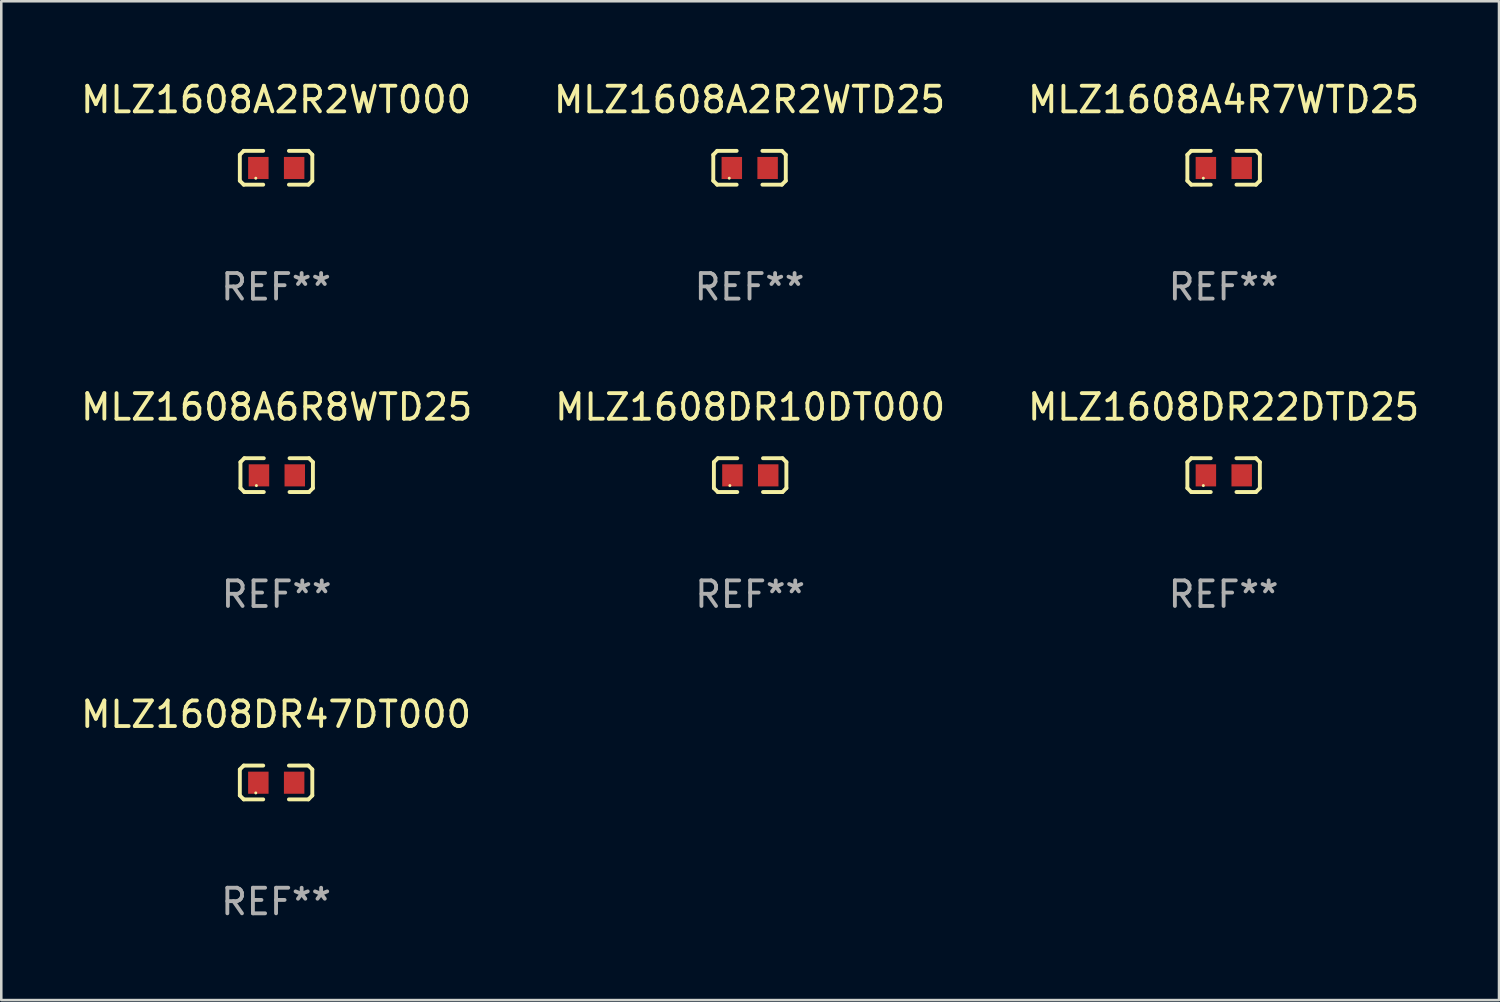
<source format=kicad_pcb>
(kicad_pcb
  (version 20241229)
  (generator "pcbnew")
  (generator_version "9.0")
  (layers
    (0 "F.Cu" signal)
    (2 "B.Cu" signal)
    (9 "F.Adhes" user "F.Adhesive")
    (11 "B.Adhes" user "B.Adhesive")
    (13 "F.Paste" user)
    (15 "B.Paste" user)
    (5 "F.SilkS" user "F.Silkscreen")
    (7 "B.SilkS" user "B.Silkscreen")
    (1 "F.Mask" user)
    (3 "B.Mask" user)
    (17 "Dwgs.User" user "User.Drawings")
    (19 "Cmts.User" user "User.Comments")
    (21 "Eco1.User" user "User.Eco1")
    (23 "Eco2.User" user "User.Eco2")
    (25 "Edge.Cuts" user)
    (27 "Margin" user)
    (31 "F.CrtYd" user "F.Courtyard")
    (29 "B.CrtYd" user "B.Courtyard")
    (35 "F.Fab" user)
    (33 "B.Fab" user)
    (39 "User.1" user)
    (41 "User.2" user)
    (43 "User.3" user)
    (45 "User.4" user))
  (footprint "MLZ1608A2R2WTD25"
    (layer "F.Cu")
    (at 26.256 3.509)
    (property "Reference" "MLZ1608A2R2WTD25" (at 0 -2.661 0) (layer "F.SilkS") (effects (font (size 1 1) (thickness 0.15))))
    (attr through_hole)
    (fp_line (start -1.417 -0.508) (end -1.265 -0.661) (stroke (width 0.152) (type solid)) (layer "F.SilkS"))
    (fp_line (start -1.417 0.508) (end -1.417 -0.508) (stroke (width 0.152) (type solid)) (layer "F.SilkS"))
    (fp_line (start -1.265 -0.661) (end -0.503 -0.661) (stroke (width 0.152) (type solid)) (layer "F.SilkS"))
    (fp_line (start -1.265 0.661) (end -1.417 0.508) (stroke (width 0.152) (type solid)) (layer "F.SilkS"))
    (fp_line (start -1.265 0.661) (end -0.503 0.661) (stroke (width 0.152) (type solid)) (layer "F.SilkS"))
    (fp_line (start 1.265 -0.661) (end 0.503 -0.661) (stroke (width 0.152) (type solid)) (layer "F.SilkS"))
    (fp_line (start 1.265 -0.661) (end 1.417 -0.508) (stroke (width 0.152) (type solid)) (layer "F.SilkS"))
    (fp_line (start 1.265 0.661) (end 0.503 0.661) (stroke (width 0.152) (type solid)) (layer "F.SilkS"))
    (fp_line (start 1.417 -0.508) (end 1.417 0.508) (stroke (width 0.152) (type solid)) (layer "F.SilkS"))
    (fp_line (start 1.417 0.508) (end 1.265 0.661) (stroke (width 0.152) (type solid)) (layer "F.SilkS"))
    (fp_circle (center -0.793 0.409) (end -0.763 0.409) (stroke (width 0.06) (type solid)) (fill no) (layer "F.SilkS"))
    (fp_text user "REF**" (at 0 4.661 0) (layer "F.Fab") (effects (font (size 1 1) (thickness 0.15))))
    (pad "1" smd rect (at -0.693 0.009 180) (size 0.8 0.864) (layers "F.Cu" "F.Mask" "F.Paste"))
    (pad "2" smd rect (at 0.707 0.009 180) (size 0.8 0.864) (layers "F.Cu" "F.Mask" "F.Paste")))
  (footprint "MLZ1608A4R7WTD25"
    (layer "F.Cu")
    (at 44.792 3.509)
    (property "Reference" "MLZ1608A4R7WTD25" (at 0 -2.661 0) (layer "F.SilkS") (effects (font (size 1 1) (thickness 0.15))))
    (attr through_hole)
    (fp_line (start -1.417 -0.508) (end -1.265 -0.661) (stroke (width 0.152) (type solid)) (layer "F.SilkS"))
    (fp_line (start -1.417 0.508) (end -1.417 -0.508) (stroke (width 0.152) (type solid)) (layer "F.SilkS"))
    (fp_line (start -1.265 -0.661) (end -0.503 -0.661) (stroke (width 0.152) (type solid)) (layer "F.SilkS"))
    (fp_line (start -1.265 0.661) (end -1.417 0.508) (stroke (width 0.152) (type solid)) (layer "F.SilkS"))
    (fp_line (start -1.265 0.661) (end -0.503 0.661) (stroke (width 0.152) (type solid)) (layer "F.SilkS"))
    (fp_line (start 1.265 -0.661) (end 0.503 -0.661) (stroke (width 0.152) (type solid)) (layer "F.SilkS"))
    (fp_line (start 1.265 -0.661) (end 1.417 -0.508) (stroke (width 0.152) (type solid)) (layer "F.SilkS"))
    (fp_line (start 1.265 0.661) (end 0.503 0.661) (stroke (width 0.152) (type solid)) (layer "F.SilkS"))
    (fp_line (start 1.417 -0.508) (end 1.417 0.508) (stroke (width 0.152) (type solid)) (layer "F.SilkS"))
    (fp_line (start 1.417 0.508) (end 1.265 0.661) (stroke (width 0.152) (type solid)) (layer "F.SilkS"))
    (fp_circle (center -0.793 0.409) (end -0.763 0.409) (stroke (width 0.06) (type solid)) (fill no) (layer "F.SilkS"))
    (fp_text user "REF**" (at 0 4.661 0) (layer "F.Fab") (effects (font (size 1 1) (thickness 0.15))))
    (pad "1" smd rect (at -0.693 0.009 180) (size 0.8 0.864) (layers "F.Cu" "F.Mask" "F.Paste"))
    (pad "2" smd rect (at 0.707 0.009 180) (size 0.8 0.864) (layers "F.Cu" "F.Mask" "F.Paste")))
  (footprint "MLZ1608A2R2WT000"
    (layer "F.Cu")
    (at 7.744 3.509)
    (property "Reference" "MLZ1608A2R2WT000" (at 0 -2.661 0) (layer "F.SilkS") (effects (font (size 1 1) (thickness 0.15))))
    (attr through_hole)
    (fp_line (start -1.417 -0.508) (end -1.265 -0.661) (stroke (width 0.152) (type solid)) (layer "F.SilkS"))
    (fp_line (start -1.417 0.508) (end -1.417 -0.508) (stroke (width 0.152) (type solid)) (layer "F.SilkS"))
    (fp_line (start -1.265 -0.661) (end -0.503 -0.661) (stroke (width 0.152) (type solid)) (layer "F.SilkS"))
    (fp_line (start -1.265 0.661) (end -1.417 0.508) (stroke (width 0.152) (type solid)) (layer "F.SilkS"))
    (fp_line (start -1.265 0.661) (end -0.503 0.661) (stroke (width 0.152) (type solid)) (layer "F.SilkS"))
    (fp_line (start 1.265 -0.661) (end 0.503 -0.661) (stroke (width 0.152) (type solid)) (layer "F.SilkS"))
    (fp_line (start 1.265 -0.661) (end 1.417 -0.508) (stroke (width 0.152) (type solid)) (layer "F.SilkS"))
    (fp_line (start 1.265 0.661) (end 0.503 0.661) (stroke (width 0.152) (type solid)) (layer "F.SilkS"))
    (fp_line (start 1.417 -0.508) (end 1.417 0.508) (stroke (width 0.152) (type solid)) (layer "F.SilkS"))
    (fp_line (start 1.417 0.508) (end 1.265 0.661) (stroke (width 0.152) (type solid)) (layer "F.SilkS"))
    (fp_circle (center -0.793 0.409) (end -0.763 0.409) (stroke (width 0.06) (type solid)) (fill no) (layer "F.SilkS"))
    (fp_text user "REF**" (at 0 4.661 0) (layer "F.Fab") (effects (font (size 1 1) (thickness 0.15))))
    (pad "1" smd rect (at -0.693 0.009 180) (size 0.8 0.864) (layers "F.Cu" "F.Mask" "F.Paste"))
    (pad "2" smd rect (at 0.707 0.009 180) (size 0.8 0.864) (layers "F.Cu" "F.Mask" "F.Paste")))
  (footprint "MLZ1608DR10DT000"
    (layer "F.Cu")
    (at 26.28 15.527)
    (property "Reference" "MLZ1608DR10DT000" (at 0 -2.661 0) (layer "F.SilkS") (effects (font (size 1 1) (thickness 0.15))))
    (attr through_hole)
    (fp_line (start -1.417 -0.508) (end -1.265 -0.661) (stroke (width 0.152) (type solid)) (layer "F.SilkS"))
    (fp_line (start -1.417 0.508) (end -1.417 -0.508) (stroke (width 0.152) (type solid)) (layer "F.SilkS"))
    (fp_line (start -1.265 -0.661) (end -0.503 -0.661) (stroke (width 0.152) (type solid)) (layer "F.SilkS"))
    (fp_line (start -1.265 0.661) (end -1.417 0.508) (stroke (width 0.152) (type solid)) (layer "F.SilkS"))
    (fp_line (start -1.265 0.661) (end -0.503 0.661) (stroke (width 0.152) (type solid)) (layer "F.SilkS"))
    (fp_line (start 1.265 -0.661) (end 0.503 -0.661) (stroke (width 0.152) (type solid)) (layer "F.SilkS"))
    (fp_line (start 1.265 -0.661) (end 1.417 -0.508) (stroke (width 0.152) (type solid)) (layer "F.SilkS"))
    (fp_line (start 1.265 0.661) (end 0.503 0.661) (stroke (width 0.152) (type solid)) (layer "F.SilkS"))
    (fp_line (start 1.417 -0.508) (end 1.417 0.508) (stroke (width 0.152) (type solid)) (layer "F.SilkS"))
    (fp_line (start 1.417 0.508) (end 1.265 0.661) (stroke (width 0.152) (type solid)) (layer "F.SilkS"))
    (fp_circle (center -0.793 0.409) (end -0.763 0.409) (stroke (width 0.06) (type solid)) (fill no) (layer "F.SilkS"))
    (fp_text user "REF**" (at 0 4.661 0) (layer "F.Fab") (effects (font (size 1 1) (thickness 0.15))))
    (pad "1" smd rect (at -0.693 0.009 180) (size 0.8 0.864) (layers "F.Cu" "F.Mask" "F.Paste"))
    (pad "2" smd rect (at 0.707 0.009 180) (size 0.8 0.864) (layers "F.Cu" "F.Mask" "F.Paste")))
  (footprint "MLZ1608A6R8WTD25"
    (layer "F.Cu")
    (at 7.768 15.527)
    (property "Reference" "MLZ1608A6R8WTD25" (at 0 -2.661 0) (layer "F.SilkS") (effects (font (size 1 1) (thickness 0.15))))
    (attr through_hole)
    (fp_line (start -1.417 -0.508) (end -1.265 -0.661) (stroke (width 0.152) (type solid)) (layer "F.SilkS"))
    (fp_line (start -1.417 0.508) (end -1.417 -0.508) (stroke (width 0.152) (type solid)) (layer "F.SilkS"))
    (fp_line (start -1.265 -0.661) (end -0.503 -0.661) (stroke (width 0.152) (type solid)) (layer "F.SilkS"))
    (fp_line (start -1.265 0.661) (end -1.417 0.508) (stroke (width 0.152) (type solid)) (layer "F.SilkS"))
    (fp_line (start -1.265 0.661) (end -0.503 0.661) (stroke (width 0.152) (type solid)) (layer "F.SilkS"))
    (fp_line (start 1.265 -0.661) (end 0.503 -0.661) (stroke (width 0.152) (type solid)) (layer "F.SilkS"))
    (fp_line (start 1.265 -0.661) (end 1.417 -0.508) (stroke (width 0.152) (type solid)) (layer "F.SilkS"))
    (fp_line (start 1.265 0.661) (end 0.503 0.661) (stroke (width 0.152) (type solid)) (layer "F.SilkS"))
    (fp_line (start 1.417 -0.508) (end 1.417 0.508) (stroke (width 0.152) (type solid)) (layer "F.SilkS"))
    (fp_line (start 1.417 0.508) (end 1.265 0.661) (stroke (width 0.152) (type solid)) (layer "F.SilkS"))
    (fp_circle (center -0.793 0.409) (end -0.763 0.409) (stroke (width 0.06) (type solid)) (fill no) (layer "F.SilkS"))
    (fp_text user "REF**" (at 0 4.661 0) (layer "F.Fab") (effects (font (size 1 1) (thickness 0.15))))
    (pad "1" smd rect (at -0.693 0.009 180) (size 0.8 0.864) (layers "F.Cu" "F.Mask" "F.Paste"))
    (pad "2" smd rect (at 0.707 0.009 180) (size 0.8 0.864) (layers "F.Cu" "F.Mask" "F.Paste")))
  (footprint "MLZ1608DR22DTD25"
    (layer "F.Cu")
    (at 44.792 15.527)
    (property "Reference" "MLZ1608DR22DTD25" (at 0 -2.661 0) (layer "F.SilkS") (effects (font (size 1 1) (thickness 0.15))))
    (attr through_hole)
    (fp_line (start -1.417 -0.508) (end -1.265 -0.661) (stroke (width 0.152) (type solid)) (layer "F.SilkS"))
    (fp_line (start -1.417 0.508) (end -1.417 -0.508) (stroke (width 0.152) (type solid)) (layer "F.SilkS"))
    (fp_line (start -1.265 -0.661) (end -0.503 -0.661) (stroke (width 0.152) (type solid)) (layer "F.SilkS"))
    (fp_line (start -1.265 0.661) (end -1.417 0.508) (stroke (width 0.152) (type solid)) (layer "F.SilkS"))
    (fp_line (start -1.265 0.661) (end -0.503 0.661) (stroke (width 0.152) (type solid)) (layer "F.SilkS"))
    (fp_line (start 1.265 -0.661) (end 0.503 -0.661) (stroke (width 0.152) (type solid)) (layer "F.SilkS"))
    (fp_line (start 1.265 -0.661) (end 1.417 -0.508) (stroke (width 0.152) (type solid)) (layer "F.SilkS"))
    (fp_line (start 1.265 0.661) (end 0.503 0.661) (stroke (width 0.152) (type solid)) (layer "F.SilkS"))
    (fp_line (start 1.417 -0.508) (end 1.417 0.508) (stroke (width 0.152) (type solid)) (layer "F.SilkS"))
    (fp_line (start 1.417 0.508) (end 1.265 0.661) (stroke (width 0.152) (type solid)) (layer "F.SilkS"))
    (fp_circle (center -0.793 0.409) (end -0.763 0.409) (stroke (width 0.06) (type solid)) (fill no) (layer "F.SilkS"))
    (fp_text user "REF**" (at 0 4.661 0) (layer "F.Fab") (effects (font (size 1 1) (thickness 0.15))))
    (pad "1" smd rect (at -0.693 0.009 180) (size 0.8 0.864) (layers "F.Cu" "F.Mask" "F.Paste"))
    (pad "2" smd rect (at 0.707 0.009 180) (size 0.8 0.864) (layers "F.Cu" "F.Mask" "F.Paste")))
  (footprint "MLZ1608DR47DT000"
    (layer "F.Cu")
    (at 7.744 27.544)
    (property "Reference" "MLZ1608DR47DT000" (at 0 -2.661 0) (layer "F.SilkS") (effects (font (size 1 1) (thickness 0.15))))
    (attr through_hole)
    (fp_line (start -1.417 -0.508) (end -1.265 -0.661) (stroke (width 0.152) (type solid)) (layer "F.SilkS"))
    (fp_line (start -1.417 0.508) (end -1.417 -0.508) (stroke (width 0.152) (type solid)) (layer "F.SilkS"))
    (fp_line (start -1.265 -0.661) (end -0.503 -0.661) (stroke (width 0.152) (type solid)) (layer "F.SilkS"))
    (fp_line (start -1.265 0.661) (end -1.417 0.508) (stroke (width 0.152) (type solid)) (layer "F.SilkS"))
    (fp_line (start -1.265 0.661) (end -0.503 0.661) (stroke (width 0.152) (type solid)) (layer "F.SilkS"))
    (fp_line (start 1.265 -0.661) (end 0.503 -0.661) (stroke (width 0.152) (type solid)) (layer "F.SilkS"))
    (fp_line (start 1.265 -0.661) (end 1.417 -0.508) (stroke (width 0.152) (type solid)) (layer "F.SilkS"))
    (fp_line (start 1.265 0.661) (end 0.503 0.661) (stroke (width 0.152) (type solid)) (layer "F.SilkS"))
    (fp_line (start 1.417 -0.508) (end 1.417 0.508) (stroke (width 0.152) (type solid)) (layer "F.SilkS"))
    (fp_line (start 1.417 0.508) (end 1.265 0.661) (stroke (width 0.152) (type solid)) (layer "F.SilkS"))
    (fp_circle (center -0.793 0.409) (end -0.763 0.409) (stroke (width 0.06) (type solid)) (fill no) (layer "F.SilkS"))
    (fp_text user "REF**" (at 0 4.661 0) (layer "F.Fab") (effects (font (size 1 1) (thickness 0.15))))
    (pad "1" smd rect (at -0.693 0.009 180) (size 0.8 0.864) (layers "F.Cu" "F.Mask" "F.Paste"))
    (pad "2" smd rect (at 0.707 0.009 180) (size 0.8 0.864) (layers "F.Cu" "F.Mask" "F.Paste")))
  (gr_rect
    (start -3 -3)
    (end 55.56 36.053)
    (stroke (width 0.1) (type default))
    (fill no)
    (layer "Edge.Cuts")))
</source>
